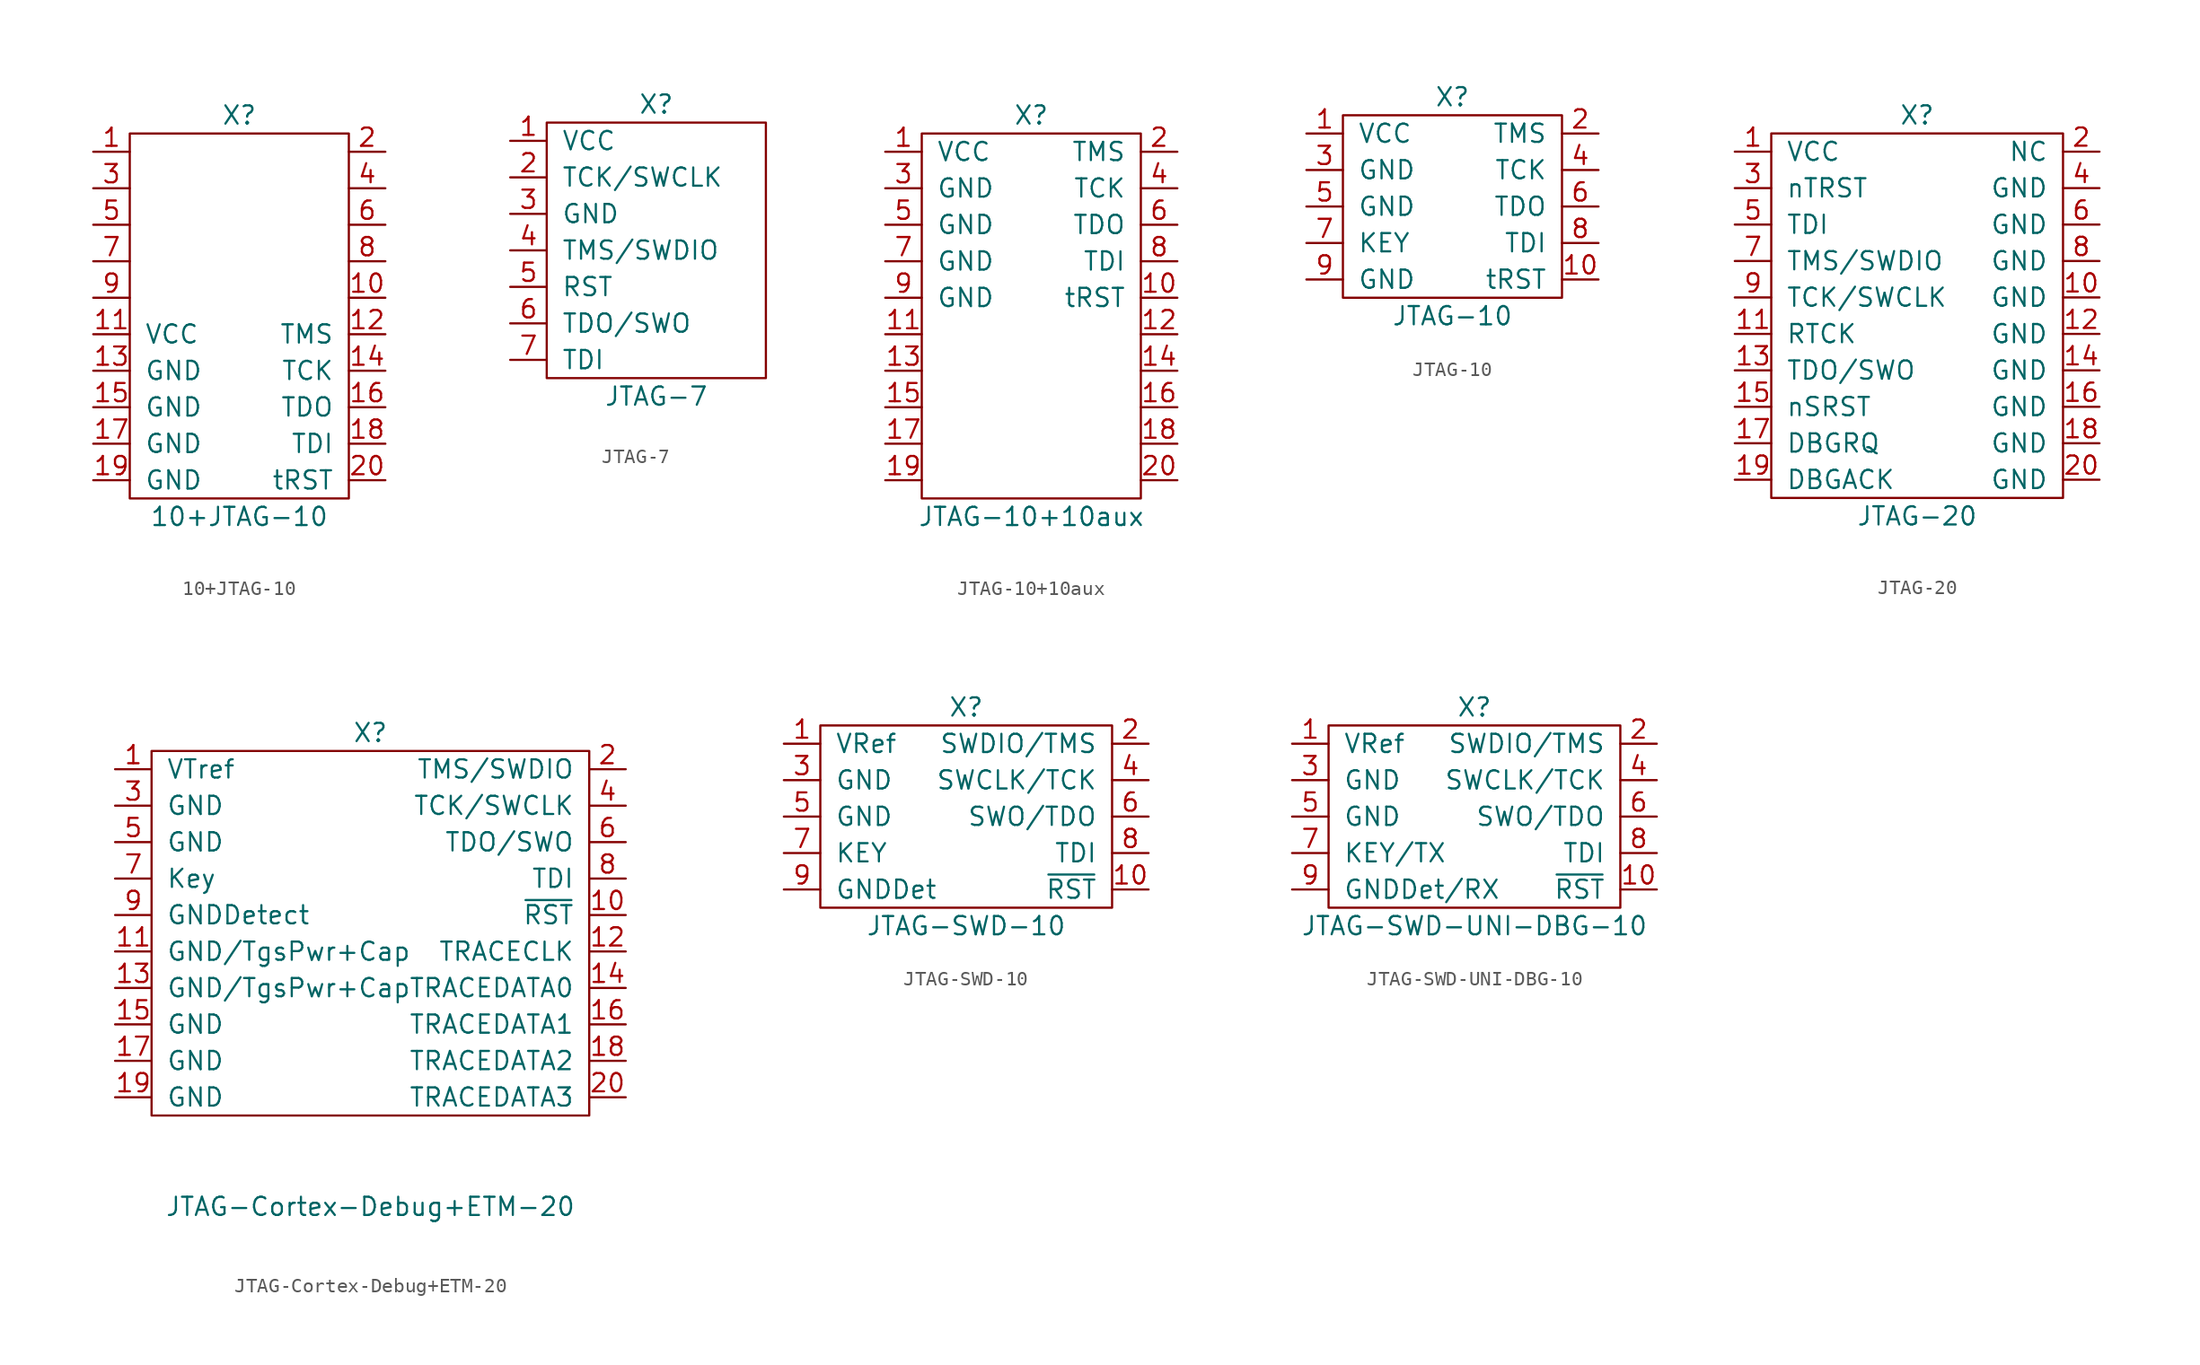
<source format=kicad_sym>
(kicad_symbol_lib
  (version 20211014)
  (generator kicad_symbol_editor)
  (symbol "10+JTAG-10"
    (pin_names
      (offset 1.016))
    (property "Reference" "X"
      (at 0 12.7 0)
      (effects (font (size 1.27 1.27))))
    (property "Value" "10+JTAG-10"
      (at 0 -15.24 0)
      (effects (font (size 1.27 1.27))))
    (symbol "10+JTAG-10_0_1"
      (rectangle (start -7.62 11.43) (end 7.62 -13.97) (stroke (width 0) (type default) (color 0 0 0 0)) (fill (type none))))
    (symbol "10+JTAG-10_1_1"
      (pin power_in line (at -10.16 10.16 0) (length 2.54) (name "~" (effects (font (size 1.27 1.27)))) (number "1" (effects (font (size 1.27 1.27)))))
      (pin output line (at 10.16 0 180) (length 2.54) (name "~" (effects (font (size 1.27 1.27)))) (number "10" (effects (font (size 1.27 1.27)))))
      (pin passive line (at -10.16 -2.54 0) (length 2.54) (name "VCC" (effects (font (size 1.27 1.27)))) (number "11" (effects (font (size 1.27 1.27)))))
      (pin passive line (at 10.16 -2.54 180) (length 2.54) (name "TMS" (effects (font (size 1.27 1.27)))) (number "12" (effects (font (size 1.27 1.27)))))
      (pin passive line (at -10.16 -5.08 0) (length 2.54) (name "GND" (effects (font (size 1.27 1.27)))) (number "13" (effects (font (size 1.27 1.27)))))
      (pin passive line (at 10.16 -5.08 180) (length 2.54) (name "TCK" (effects (font (size 1.27 1.27)))) (number "14" (effects (font (size 1.27 1.27)))))
      (pin passive line (at -10.16 -7.62 0) (length 2.54) (name "GND" (effects (font (size 1.27 1.27)))) (number "15" (effects (font (size 1.27 1.27)))))
      (pin passive line (at 10.16 -7.62 180) (length 2.54) (name "TDO" (effects (font (size 1.27 1.27)))) (number "16" (effects (font (size 1.27 1.27)))))
      (pin passive line (at -10.16 -10.16 0) (length 2.54) (name "GND" (effects (font (size 1.27 1.27)))) (number "17" (effects (font (size 1.27 1.27)))))
      (pin passive line (at 10.16 -10.16 180) (length 2.54) (name "TDI" (effects (font (size 1.27 1.27)))) (number "18" (effects (font (size 1.27 1.27)))))
      (pin passive line (at -10.16 -12.7 0) (length 2.54) (name "GND" (effects (font (size 1.27 1.27)))) (number "19" (effects (font (size 1.27 1.27)))))
      (pin output line (at 10.16 10.16 180) (length 2.54) (name "~" (effects (font (size 1.27 1.27)))) (number "2" (effects (font (size 1.27 1.27)))))
      (pin passive line (at 10.16 -12.7 180) (length 2.54) (name "tRST" (effects (font (size 1.27 1.27)))) (number "20" (effects (font (size 1.27 1.27)))))
      (pin power_in line (at -10.16 7.62 0) (length 2.54) (name "~" (effects (font (size 1.27 1.27)))) (number "3" (effects (font (size 1.27 1.27)))))
      (pin output line (at 10.16 7.62 180) (length 2.54) (name "~" (effects (font (size 1.27 1.27)))) (number "4" (effects (font (size 1.27 1.27)))))
      (pin power_in line (at -10.16 5.08 0) (length 2.54) (name "~" (effects (font (size 1.27 1.27)))) (number "5" (effects (font (size 1.27 1.27)))))
      (pin input line (at 10.16 5.08 180) (length 2.54) (name "~" (effects (font (size 1.27 1.27)))) (number "6" (effects (font (size 1.27 1.27)))))
      (pin power_in line (at -10.16 2.54 0) (length 2.54) (name "~" (effects (font (size 1.27 1.27)))) (number "7" (effects (font (size 1.27 1.27)))))
      (pin output line (at 10.16 2.54 180) (length 2.54) (name "~" (effects (font (size 1.27 1.27)))) (number "8" (effects (font (size 1.27 1.27)))))
      (pin power_in line (at -10.16 0 0) (length 2.54) (name "~" (effects (font (size 1.27 1.27)))) (number "9" (effects (font (size 1.27 1.27)))))))
  (symbol "JTAG-7"
    (pin_names
      (offset 1.016))
    (property "Reference" "X"
      (at 0 10.16 0)
      (effects (font (size 1.27 1.27))))
    (property "Value" "JTAG-7"
      (at 0 -10.16 0)
      (effects (font (size 1.27 1.27))))
    (symbol "JTAG-7_0_1"
      (rectangle (start -7.62 8.89) (end 7.62 -8.89) (stroke (width 0) (type default) (color 0 0 0 0)) (fill (type none))))
    (symbol "JTAG-7_1_1"
      (pin power_in line (at -10.16 7.62 0) (length 2.54) (name "VCC" (effects (font (size 1.27 1.27)))) (number "1" (effects (font (size 1.27 1.27)))))
      (pin output line (at -10.16 5.08 0) (length 2.54) (name "TCK/SWCLK" (effects (font (size 1.27 1.27)))) (number "2" (effects (font (size 1.27 1.27)))))
      (pin power_in line (at -10.16 2.54 0) (length 2.54) (name "GND" (effects (font (size 1.27 1.27)))) (number "3" (effects (font (size 1.27 1.27)))))
      (pin output line (at -10.16 0 0) (length 2.54) (name "TMS/SWDIO" (effects (font (size 1.27 1.27)))) (number "4" (effects (font (size 1.27 1.27)))))
      (pin output line (at -10.16 -2.54 0) (length 2.54) (name "RST" (effects (font (size 1.27 1.27)))) (number "5" (effects (font (size 1.27 1.27)))))
      (pin input line (at -10.16 -5.08 0) (length 2.54) (name "TDO/SWO" (effects (font (size 1.27 1.27)))) (number "6" (effects (font (size 1.27 1.27)))))
      (pin output line (at -10.16 -7.62 0) (length 2.54) (name "TDI" (effects (font (size 1.27 1.27)))) (number "7" (effects (font (size 1.27 1.27)))))))
  (symbol "JTAG-10+10aux"
    (pin_names
      (offset 1.016))
    (property "Reference" "X"
      (at 0 12.7 0)
      (effects (font (size 1.27 1.27))))
    (property "Value" "JTAG-10+10aux"
      (at 0 -15.24 0)
      (effects (font (size 1.27 1.27))))
    (symbol "JTAG-10+10aux_0_1"
      (rectangle (start -7.62 11.43) (end 7.62 -13.97) (stroke (width 0) (type default) (color 0 0 0 0)) (fill (type none))))
    (symbol "JTAG-10+10aux_1_1"
      (pin power_in line (at -10.16 10.16 0) (length 2.54) (name "VCC" (effects (font (size 1.27 1.27)))) (number "1" (effects (font (size 1.27 1.27)))))
      (pin output line (at 10.16 0 180) (length 2.54) (name "tRST" (effects (font (size 1.27 1.27)))) (number "10" (effects (font (size 1.27 1.27)))))
      (pin passive line (at -10.16 -2.54 0) (length 2.54) (name "~" (effects (font (size 1.27 1.27)))) (number "11" (effects (font (size 1.27 1.27)))))
      (pin passive line (at 10.16 -2.54 180) (length 2.54) (name "~" (effects (font (size 1.27 1.27)))) (number "12" (effects (font (size 1.27 1.27)))))
      (pin passive line (at -10.16 -5.08 0) (length 2.54) (name "~" (effects (font (size 1.27 1.27)))) (number "13" (effects (font (size 1.27 1.27)))))
      (pin passive line (at 10.16 -5.08 180) (length 2.54) (name "~" (effects (font (size 1.27 1.27)))) (number "14" (effects (font (size 1.27 1.27)))))
      (pin passive line (at -10.16 -7.62 0) (length 2.54) (name "~" (effects (font (size 1.27 1.27)))) (number "15" (effects (font (size 1.27 1.27)))))
      (pin passive line (at 10.16 -7.62 180) (length 2.54) (name "~" (effects (font (size 1.27 1.27)))) (number "16" (effects (font (size 1.27 1.27)))))
      (pin passive line (at -10.16 -10.16 0) (length 2.54) (name "~" (effects (font (size 1.27 1.27)))) (number "17" (effects (font (size 1.27 1.27)))))
      (pin passive line (at 10.16 -10.16 180) (length 2.54) (name "~" (effects (font (size 1.27 1.27)))) (number "18" (effects (font (size 1.27 1.27)))))
      (pin passive line (at -10.16 -12.7 0) (length 2.54) (name "~" (effects (font (size 1.27 1.27)))) (number "19" (effects (font (size 1.27 1.27)))))
      (pin output line (at 10.16 10.16 180) (length 2.54) (name "TMS" (effects (font (size 1.27 1.27)))) (number "2" (effects (font (size 1.27 1.27)))))
      (pin passive line (at 10.16 -12.7 180) (length 2.54) (name "~" (effects (font (size 1.27 1.27)))) (number "20" (effects (font (size 1.27 1.27)))))
      (pin power_in line (at -10.16 7.62 0) (length 2.54) (name "GND" (effects (font (size 1.27 1.27)))) (number "3" (effects (font (size 1.27 1.27)))))
      (pin output line (at 10.16 7.62 180) (length 2.54) (name "TCK" (effects (font (size 1.27 1.27)))) (number "4" (effects (font (size 1.27 1.27)))))
      (pin power_in line (at -10.16 5.08 0) (length 2.54) (name "GND" (effects (font (size 1.27 1.27)))) (number "5" (effects (font (size 1.27 1.27)))))
      (pin input line (at 10.16 5.08 180) (length 2.54) (name "TDO" (effects (font (size 1.27 1.27)))) (number "6" (effects (font (size 1.27 1.27)))))
      (pin power_in line (at -10.16 2.54 0) (length 2.54) (name "GND" (effects (font (size 1.27 1.27)))) (number "7" (effects (font (size 1.27 1.27)))))
      (pin output line (at 10.16 2.54 180) (length 2.54) (name "TDI" (effects (font (size 1.27 1.27)))) (number "8" (effects (font (size 1.27 1.27)))))
      (pin power_in line (at -10.16 0 0) (length 2.54) (name "GND" (effects (font (size 1.27 1.27)))) (number "9" (effects (font (size 1.27 1.27)))))))
  (symbol "JTAG-10"
    (pin_names
      (offset 1.016))
    (property "Reference" "X"
      (at 0 7.62 0)
      (effects (font (size 1.27 1.27))))
    (property "Value" "JTAG-10"
      (at 0 -7.62 0)
      (effects (font (size 1.27 1.27))))
    (symbol "JTAG-10_0_1"
      (rectangle (start -7.62 6.35) (end 7.62 -6.35) (stroke (width 0) (type default) (color 0 0 0 0)) (fill (type none))))
    (symbol "JTAG-10_1_1"
      (pin power_in line (at -10.16 5.08 0) (length 2.54) (name "VCC" (effects (font (size 1.27 1.27)))) (number "1" (effects (font (size 1.27 1.27)))))
      (pin output line (at 10.16 -5.08 180) (length 2.54) (name "tRST" (effects (font (size 1.27 1.27)))) (number "10" (effects (font (size 1.27 1.27)))))
      (pin output line (at 10.16 5.08 180) (length 2.54) (name "TMS" (effects (font (size 1.27 1.27)))) (number "2" (effects (font (size 1.27 1.27)))))
      (pin power_in line (at -10.16 2.54 0) (length 2.54) (name "GND" (effects (font (size 1.27 1.27)))) (number "3" (effects (font (size 1.27 1.27)))))
      (pin output line (at 10.16 2.54 180) (length 2.54) (name "TCK" (effects (font (size 1.27 1.27)))) (number "4" (effects (font (size 1.27 1.27)))))
      (pin power_in line (at -10.16 0 0) (length 2.54) (name "GND" (effects (font (size 1.27 1.27)))) (number "5" (effects (font (size 1.27 1.27)))))
      (pin input line (at 10.16 0 180) (length 2.54) (name "TDO" (effects (font (size 1.27 1.27)))) (number "6" (effects (font (size 1.27 1.27)))))
      (pin passive line (at -10.16 -2.54 0) (length 2.54) (name "KEY" (effects (font (size 1.27 1.27)))) (number "7" (effects (font (size 1.27 1.27)))))
      (pin output line (at 10.16 -2.54 180) (length 2.54) (name "TDI" (effects (font (size 1.27 1.27)))) (number "8" (effects (font (size 1.27 1.27)))))
      (pin power_in line (at -10.16 -5.08 0) (length 2.54) (name "GND" (effects (font (size 1.27 1.27)))) (number "9" (effects (font (size 1.27 1.27)))))))
  (symbol "JTAG-20"
    (pin_names
      (offset 1.016))
    (property "Reference" "X"
      (at 0 12.7 0)
      (effects (font (size 1.27 1.27))))
    (property "Value" "JTAG-20"
      (at 0 -15.24 0)
      (effects (font (size 1.27 1.27))))
    (symbol "JTAG-20_0_1"
      (rectangle (start -10.16 11.43) (end 10.16 -13.97) (stroke (width 0) (type default) (color 0 0 0 0)) (fill (type none))))
    (symbol "JTAG-20_1_1"
      (pin passive line (at -12.7 10.16 0) (length 2.54) (name "VCC" (effects (font (size 1.27 1.27)))) (number "1" (effects (font (size 1.27 1.27)))))
      (pin passive line (at 12.7 0 180) (length 2.54) (name "GND" (effects (font (size 1.27 1.27)))) (number "10" (effects (font (size 1.27 1.27)))))
      (pin passive line (at -12.7 -2.54 0) (length 2.54) (name "RTCK" (effects (font (size 1.27 1.27)))) (number "11" (effects (font (size 1.27 1.27)))))
      (pin passive line (at 12.7 -2.54 180) (length 2.54) (name "GND" (effects (font (size 1.27 1.27)))) (number "12" (effects (font (size 1.27 1.27)))))
      (pin passive line (at -12.7 -5.08 0) (length 2.54) (name "TDO/SWO" (effects (font (size 1.27 1.27)))) (number "13" (effects (font (size 1.27 1.27)))))
      (pin passive line (at 12.7 -5.08 180) (length 2.54) (name "GND" (effects (font (size 1.27 1.27)))) (number "14" (effects (font (size 1.27 1.27)))))
      (pin passive line (at -12.7 -7.62 0) (length 2.54) (name "nSRST" (effects (font (size 1.27 1.27)))) (number "15" (effects (font (size 1.27 1.27)))))
      (pin passive line (at 12.7 -7.62 180) (length 2.54) (name "GND" (effects (font (size 1.27 1.27)))) (number "16" (effects (font (size 1.27 1.27)))))
      (pin passive line (at -12.7 -10.16 0) (length 2.54) (name "DBGRQ" (effects (font (size 1.27 1.27)))) (number "17" (effects (font (size 1.27 1.27)))))
      (pin passive line (at 12.7 -10.16 180) (length 2.54) (name "GND" (effects (font (size 1.27 1.27)))) (number "18" (effects (font (size 1.27 1.27)))))
      (pin passive line (at -12.7 -12.7 0) (length 2.54) (name "DBGACK" (effects (font (size 1.27 1.27)))) (number "19" (effects (font (size 1.27 1.27)))))
      (pin passive line (at 12.7 10.16 180) (length 2.54) (name "NC" (effects (font (size 1.27 1.27)))) (number "2" (effects (font (size 1.27 1.27)))))
      (pin passive line (at 12.7 -12.7 180) (length 2.54) (name "GND" (effects (font (size 1.27 1.27)))) (number "20" (effects (font (size 1.27 1.27)))))
      (pin passive line (at -12.7 7.62 0) (length 2.54) (name "nTRST" (effects (font (size 1.27 1.27)))) (number "3" (effects (font (size 1.27 1.27)))))
      (pin passive line (at 12.7 7.62 180) (length 2.54) (name "GND" (effects (font (size 1.27 1.27)))) (number "4" (effects (font (size 1.27 1.27)))))
      (pin passive line (at -12.7 5.08 0) (length 2.54) (name "TDI" (effects (font (size 1.27 1.27)))) (number "5" (effects (font (size 1.27 1.27)))))
      (pin passive line (at 12.7 5.08 180) (length 2.54) (name "GND" (effects (font (size 1.27 1.27)))) (number "6" (effects (font (size 1.27 1.27)))))
      (pin passive line (at -12.7 2.54 0) (length 2.54) (name "TMS/SWDIO" (effects (font (size 1.27 1.27)))) (number "7" (effects (font (size 1.27 1.27)))))
      (pin passive line (at 12.7 2.54 180) (length 2.54) (name "GND" (effects (font (size 1.27 1.27)))) (number "8" (effects (font (size 1.27 1.27)))))
      (pin passive line (at -12.7 0 0) (length 2.54) (name "TCK/SWCLK" (effects (font (size 1.27 1.27)))) (number "9" (effects (font (size 1.27 1.27)))))))
  (symbol "JTAG-Cortex-Debug+ETM-20"
    (pin_names
      (offset 1.016))
    (property "Reference" "X"
      (at 0 10.16 0)
      (effects (font (size 1.27 1.27))))
    (property "Value" "JTAG-Cortex-Debug+ETM-20"
      (at 0 -22.86 0)
      (effects (font (size 1.27 1.27))))
    (symbol "JTAG-Cortex-Debug+ETM-20_0_1"
      (rectangle (start -15.24 8.89) (end 15.24 -16.51) (stroke (width 0) (type default) (color 0 0 0 0)) (fill (type none))))
    (symbol "JTAG-Cortex-Debug+ETM-20_1_1"
      (pin passive line (at -17.78 7.62 0) (length 2.54) (name "VTref" (effects (font (size 1.27 1.27)))) (number "1" (effects (font (size 1.27 1.27)))))
      (pin passive line (at 17.78 -2.54 180) (length 2.54) (name "~{RST}" (effects (font (size 1.27 1.27)))) (number "10" (effects (font (size 1.27 1.27)))))
      (pin passive line (at -17.78 -5.08 0) (length 2.54) (name "GND/TgsPwr+Cap" (effects (font (size 1.27 1.27)))) (number "11" (effects (font (size 1.27 1.27)))))
      (pin passive line (at 17.78 -5.08 180) (length 2.54) (name "TRACECLK" (effects (font (size 1.27 1.27)))) (number "12" (effects (font (size 1.27 1.27)))))
      (pin passive line (at -17.78 -7.62 0) (length 2.54) (name "GND/TgsPwr+Cap" (effects (font (size 1.27 1.27)))) (number "13" (effects (font (size 1.27 1.27)))))
      (pin passive line (at 17.78 -7.62 180) (length 2.54) (name "TRACEDATA0" (effects (font (size 1.27 1.27)))) (number "14" (effects (font (size 1.27 1.27)))))
      (pin passive line (at -17.78 -10.16 0) (length 2.54) (name "GND" (effects (font (size 1.27 1.27)))) (number "15" (effects (font (size 1.27 1.27)))))
      (pin passive line (at 17.78 -10.16 180) (length 2.54) (name "TRACEDATA1" (effects (font (size 1.27 1.27)))) (number "16" (effects (font (size 1.27 1.27)))))
      (pin passive line (at -17.78 -12.7 0) (length 2.54) (name "GND" (effects (font (size 1.27 1.27)))) (number "17" (effects (font (size 1.27 1.27)))))
      (pin passive line (at 17.78 -12.7 180) (length 2.54) (name "TRACEDATA2" (effects (font (size 1.27 1.27)))) (number "18" (effects (font (size 1.27 1.27)))))
      (pin passive line (at -17.78 -15.24 0) (length 2.54) (name "GND" (effects (font (size 1.27 1.27)))) (number "19" (effects (font (size 1.27 1.27)))))
      (pin passive line (at 17.78 7.62 180) (length 2.54) (name "TMS/SWDIO" (effects (font (size 1.27 1.27)))) (number "2" (effects (font (size 1.27 1.27)))))
      (pin passive line (at 17.78 -15.24 180) (length 2.54) (name "TRACEDATA3" (effects (font (size 1.27 1.27)))) (number "20" (effects (font (size 1.27 1.27)))))
      (pin passive line (at -17.78 5.08 0) (length 2.54) (name "GND" (effects (font (size 1.27 1.27)))) (number "3" (effects (font (size 1.27 1.27)))))
      (pin passive line (at 17.78 5.08 180) (length 2.54) (name "TCK/SWCLK" (effects (font (size 1.27 1.27)))) (number "4" (effects (font (size 1.27 1.27)))))
      (pin passive line (at -17.78 2.54 0) (length 2.54) (name "GND" (effects (font (size 1.27 1.27)))) (number "5" (effects (font (size 1.27 1.27)))))
      (pin passive line (at 17.78 2.54 180) (length 2.54) (name "TDO/SWO" (effects (font (size 1.27 1.27)))) (number "6" (effects (font (size 1.27 1.27)))))
      (pin passive line (at -17.78 0 0) (length 2.54) (name "Key" (effects (font (size 1.27 1.27)))) (number "7" (effects (font (size 1.27 1.27)))))
      (pin passive line (at 17.78 0 180) (length 2.54) (name "TDI" (effects (font (size 1.27 1.27)))) (number "8" (effects (font (size 1.27 1.27)))))
      (pin passive line (at -17.78 -2.54 0) (length 2.54) (name "GNDDetect" (effects (font (size 1.27 1.27)))) (number "9" (effects (font (size 1.27 1.27)))))))
  (symbol "JTAG-SWD-10"
    (pin_names
      (offset 1.016))
    (property "Reference" "X"
      (at 0 7.62 0)
      (effects (font (size 1.27 1.27))))
    (property "Value" "JTAG-SWD-10"
      (at 0 -7.62 0)
      (effects (font (size 1.27 1.27))))
    (symbol "JTAG-SWD-10_0_1"
      (rectangle (start -10.16 6.35) (end 10.16 -6.35) (stroke (width 0) (type default) (color 0 0 0 0)) (fill (type none))))
    (symbol "JTAG-SWD-10_1_1"
      (pin passive line (at -12.7 5.08 0) (length 2.54) (name "VRef" (effects (font (size 1.27 1.27)))) (number "1" (effects (font (size 1.27 1.27)))))
      (pin passive line (at 12.7 -5.08 180) (length 2.54) (name "~{RST}" (effects (font (size 1.27 1.27)))) (number "10" (effects (font (size 1.27 1.27)))))
      (pin passive line (at 12.7 5.08 180) (length 2.54) (name "SWDIO/TMS" (effects (font (size 1.27 1.27)))) (number "2" (effects (font (size 1.27 1.27)))))
      (pin passive line (at -12.7 2.54 0) (length 2.54) (name "GND" (effects (font (size 1.27 1.27)))) (number "3" (effects (font (size 1.27 1.27)))))
      (pin passive line (at 12.7 2.54 180) (length 2.54) (name "SWCLK/TCK" (effects (font (size 1.27 1.27)))) (number "4" (effects (font (size 1.27 1.27)))))
      (pin passive line (at -12.7 0 0) (length 2.54) (name "GND" (effects (font (size 1.27 1.27)))) (number "5" (effects (font (size 1.27 1.27)))))
      (pin passive line (at 12.7 0 180) (length 2.54) (name "SWO/TDO" (effects (font (size 1.27 1.27)))) (number "6" (effects (font (size 1.27 1.27)))))
      (pin passive line (at -12.7 -2.54 0) (length 2.54) (name "KEY" (effects (font (size 1.27 1.27)))) (number "7" (effects (font (size 1.27 1.27)))))
      (pin passive line (at 12.7 -2.54 180) (length 2.54) (name "TDI" (effects (font (size 1.27 1.27)))) (number "8" (effects (font (size 1.27 1.27)))))
      (pin passive line (at -12.7 -5.08 0) (length 2.54) (name "GNDDet" (effects (font (size 1.27 1.27)))) (number "9" (effects (font (size 1.27 1.27)))))))
  (symbol "JTAG-SWD-UNI-DBG-10"
    (pin_names
      (offset 1.016))
    (property "Reference" "X"
      (at 0 7.62 0)
      (effects (font (size 1.27 1.27))))
    (property "Value" "JTAG-SWD-UNI-DBG-10"
      (at 0 -7.62 0)
      (effects (font (size 1.27 1.27))))
    (symbol "JTAG-SWD-UNI-DBG-10_0_1"
      (rectangle (start -10.16 6.35) (end 10.16 -6.35) (stroke (width 0) (type default) (color 0 0 0 0)) (fill (type none))))
    (symbol "JTAG-SWD-UNI-DBG-10_1_1"
      (pin passive line (at -12.7 5.08 0) (length 2.54) (name "VRef" (effects (font (size 1.27 1.27)))) (number "1" (effects (font (size 1.27 1.27)))))
      (pin passive line (at 12.7 -5.08 180) (length 2.54) (name "~{RST}" (effects (font (size 1.27 1.27)))) (number "10" (effects (font (size 1.27 1.27)))))
      (pin passive line (at 12.7 5.08 180) (length 2.54) (name "SWDIO/TMS" (effects (font (size 1.27 1.27)))) (number "2" (effects (font (size 1.27 1.27)))))
      (pin passive line (at -12.7 2.54 0) (length 2.54) (name "GND" (effects (font (size 1.27 1.27)))) (number "3" (effects (font (size 1.27 1.27)))))
      (pin passive line (at 12.7 2.54 180) (length 2.54) (name "SWCLK/TCK" (effects (font (size 1.27 1.27)))) (number "4" (effects (font (size 1.27 1.27)))))
      (pin passive line (at -12.7 0 0) (length 2.54) (name "GND" (effects (font (size 1.27 1.27)))) (number "5" (effects (font (size 1.27 1.27)))))
      (pin passive line (at 12.7 0 180) (length 2.54) (name "SWO/TDO" (effects (font (size 1.27 1.27)))) (number "6" (effects (font (size 1.27 1.27)))))
      (pin passive line (at -12.7 -2.54 0) (length 2.54) (name "KEY/TX" (effects (font (size 1.27 1.27)))) (number "7" (effects (font (size 1.27 1.27)))))
      (pin passive line (at 12.7 -2.54 180) (length 2.54) (name "TDI" (effects (font (size 1.27 1.27)))) (number "8" (effects (font (size 1.27 1.27)))))
      (pin passive line (at -12.7 -5.08 0) (length 2.54) (name "GNDDet/RX" (effects (font (size 1.27 1.27)))) (number "9" (effects (font (size 1.27 1.27))))))))
</source>
